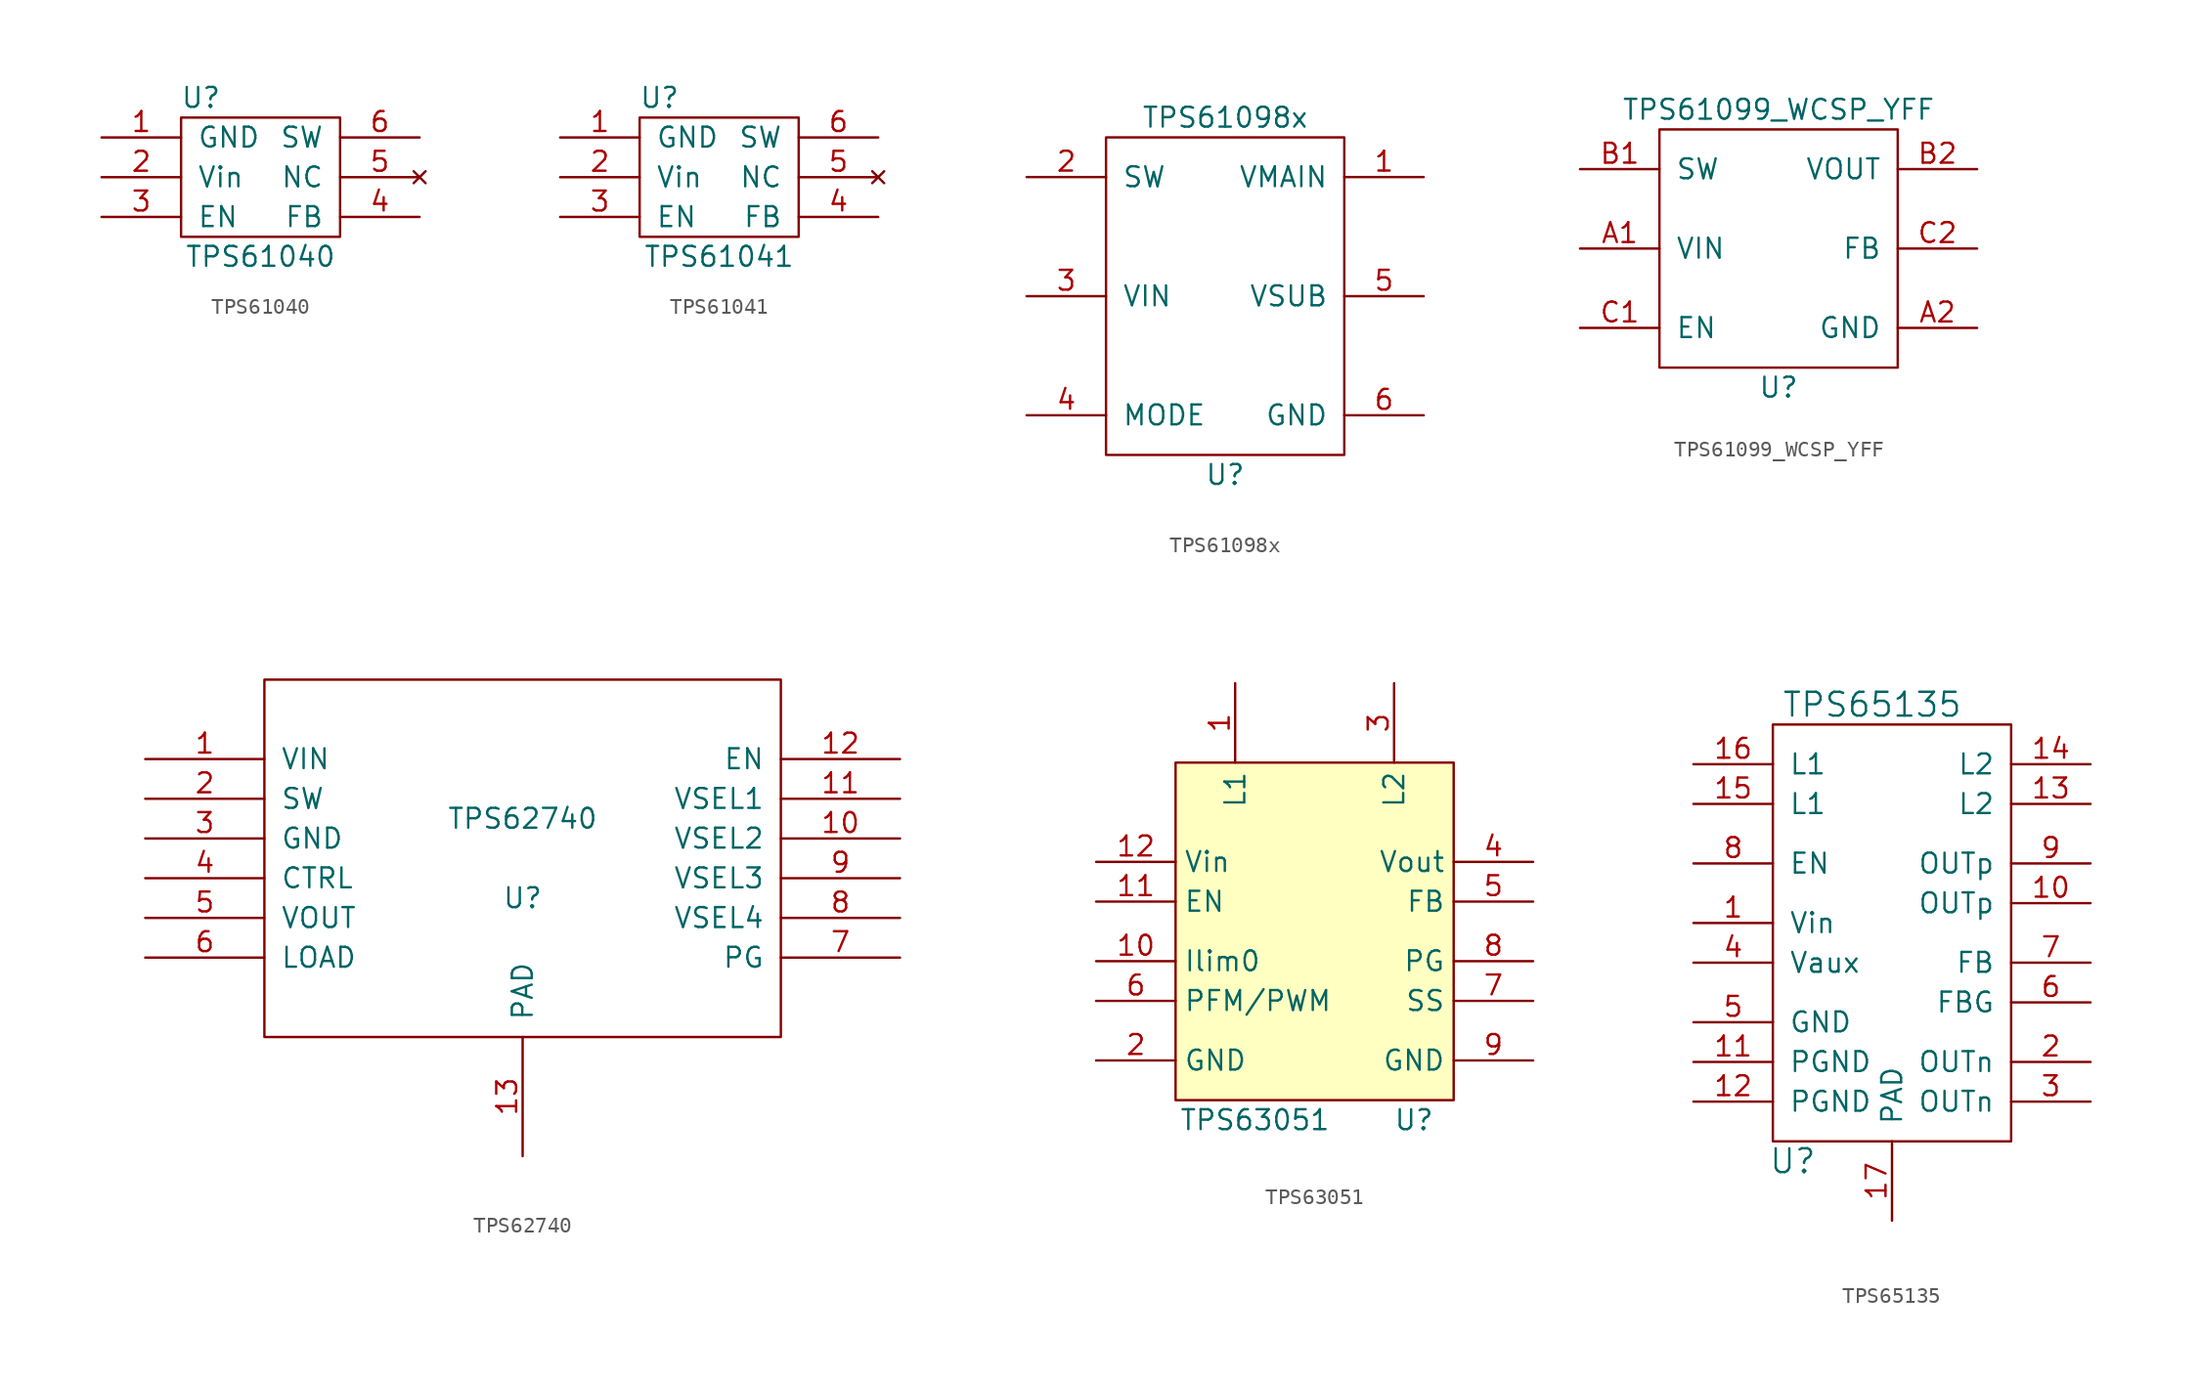
<source format=kicad_sym>
(kicad_symbol_lib
  (version 20211014)
  (generator kicad_symbol_editor)
  (symbol "TPS61040"
    (pin_names
      (offset 1.016))
    (property "Reference" "U"
      (at -3.81 5.08 0)
      (effects (font (size 1.27 1.27))))
    (property "Value" "TPS61040"
      (at 0 -5.08 0)
      (effects (font (size 1.27 1.27))))
    (symbol "TPS61040_1_1"
      (rectangle (start -5.08 3.81) (end 5.08 -3.81) (stroke (width 0) (type default) (color 0 0 0 0)) (fill (type none)))
      (pin power_in line (at -10.16 2.54 0) (length 5.08) (name "GND" (effects (font (size 1.27 1.27)))) (number "1" (effects (font (size 1.27 1.27)))))
      (pin power_in line (at -10.16 0 0) (length 5.08) (name "Vin" (effects (font (size 1.27 1.27)))) (number "2" (effects (font (size 1.27 1.27)))))
      (pin input line (at -10.16 -2.54 0) (length 5.08) (name "EN" (effects (font (size 1.27 1.27)))) (number "3" (effects (font (size 1.27 1.27)))))
      (pin input line (at 10.16 -2.54 180) (length 5.08) (name "FB" (effects (font (size 1.27 1.27)))) (number "4" (effects (font (size 1.27 1.27)))))
      (pin no_connect line (at 10.16 0 180) (length 5.08) (name "NC" (effects (font (size 1.27 1.27)))) (number "5" (effects (font (size 1.27 1.27)))))
      (pin power_out line (at 10.16 2.54 180) (length 5.08) (name "SW" (effects (font (size 1.27 1.27)))) (number "6" (effects (font (size 1.27 1.27)))))))
  (symbol "TPS61041"
    (pin_names
      (offset 1.016))
    (property "Reference" "U"
      (at -3.81 5.08 0)
      (effects (font (size 1.27 1.27))))
    (property "Value" "TPS61041"
      (at 0 -5.08 0)
      (effects (font (size 1.27 1.27))))
    (symbol "TPS61041_0_1"
      (rectangle (start -5.08 3.81) (end 5.08 -3.81) (stroke (width 0) (type default) (color 0 0 0 0)) (fill (type none))))
    (symbol "TPS61041_1_1"
      (pin power_in line (at -10.16 2.54 0) (length 5.08) (name "GND" (effects (font (size 1.27 1.27)))) (number "1" (effects (font (size 1.27 1.27)))))
      (pin power_in line (at -10.16 0 0) (length 5.08) (name "Vin" (effects (font (size 1.27 1.27)))) (number "2" (effects (font (size 1.27 1.27)))))
      (pin input line (at -10.16 -2.54 0) (length 5.08) (name "EN" (effects (font (size 1.27 1.27)))) (number "3" (effects (font (size 1.27 1.27)))))
      (pin input line (at 10.16 -2.54 180) (length 5.08) (name "FB" (effects (font (size 1.27 1.27)))) (number "4" (effects (font (size 1.27 1.27)))))
      (pin no_connect line (at 10.16 0 180) (length 5.08) (name "NC" (effects (font (size 1.27 1.27)))) (number "5" (effects (font (size 1.27 1.27)))))
      (pin power_out line (at 10.16 2.54 180) (length 5.08) (name "SW" (effects (font (size 1.27 1.27)))) (number "6" (effects (font (size 1.27 1.27)))))))
  (symbol "TPS61098x"
    (pin_names
      (offset 1.016))
    (property "Reference" "U"
      (at 0 -11.43 0)
      (effects (font (size 1.27 1.27))))
    (property "Value" "TPS61098x"
      (at 0 11.43 0)
      (effects (font (size 1.27 1.27))))
    (symbol "TPS61098x_0_1"
      (rectangle (start -7.62 10.16) (end 7.62 -10.16) (stroke (width 0) (type default) (color 0 0 0 0)) (fill (type none))))
    (symbol "TPS61098x_1_1"
      (pin input line (at 12.7 7.62 180) (length 5.08) (name "VMAIN" (effects (font (size 1.27 1.27)))) (number "1" (effects (font (size 1.27 1.27)))))
      (pin input line (at -12.7 7.62 0) (length 5.08) (name "SW" (effects (font (size 1.27 1.27)))) (number "2" (effects (font (size 1.27 1.27)))))
      (pin input line (at -12.7 0 0) (length 5.08) (name "VIN" (effects (font (size 1.27 1.27)))) (number "3" (effects (font (size 1.27 1.27)))))
      (pin input line (at -12.7 -7.62 0) (length 5.08) (name "MODE" (effects (font (size 1.27 1.27)))) (number "4" (effects (font (size 1.27 1.27)))))
      (pin input line (at 12.7 0 180) (length 5.08) (name "VSUB" (effects (font (size 1.27 1.27)))) (number "5" (effects (font (size 1.27 1.27)))))
      (pin input line (at 12.7 -7.62 180) (length 5.08) (name "GND" (effects (font (size 1.27 1.27)))) (number "6" (effects (font (size 1.27 1.27)))))))
  (symbol "TPS61099_WCSP_YFF"
    (pin_names
      (offset 1.016))
    (property "Reference" "U"
      (at 0 -8.89 0)
      (effects (font (size 1.27 1.27))))
    (property "Value" "TPS61099_WCSP_YFF"
      (at 0 8.89 0)
      (effects (font (size 1.27 1.27))))
    (symbol "TPS61099_WCSP_YFF_0_1"
      (rectangle (start -7.62 7.62) (end 7.62 -7.62) (stroke (width 0) (type default) (color 0 0 0 0)) (fill (type none))))
    (symbol "TPS61099_WCSP_YFF_1_1"
      (pin input line (at -12.7 0 0) (length 5.08) (name "VIN" (effects (font (size 1.27 1.27)))) (number "A1" (effects (font (size 1.27 1.27)))))
      (pin input line (at 12.7 -5.08 180) (length 5.08) (name "GND" (effects (font (size 1.27 1.27)))) (number "A2" (effects (font (size 1.27 1.27)))))
      (pin input line (at -12.7 5.08 0) (length 5.08) (name "SW" (effects (font (size 1.27 1.27)))) (number "B1" (effects (font (size 1.27 1.27)))))
      (pin input line (at 12.7 5.08 180) (length 5.08) (name "VOUT" (effects (font (size 1.27 1.27)))) (number "B2" (effects (font (size 1.27 1.27)))))
      (pin input line (at -12.7 -5.08 0) (length 5.08) (name "EN" (effects (font (size 1.27 1.27)))) (number "C1" (effects (font (size 1.27 1.27)))))
      (pin input line (at 12.7 0 180) (length 5.08) (name "FB" (effects (font (size 1.27 1.27)))) (number "C2" (effects (font (size 1.27 1.27)))))))
  (symbol "TPS62740"
    (pin_names
      (offset 1.016))
    (property "Reference" "U"
      (at 0 -2.54 0)
      (effects (font (size 1.27 1.27))))
    (property "Value" "TPS62740"
      (at 0 2.54 0)
      (effects (font (size 1.27 1.27))))
    (symbol "TPS62740_1_0"
      (rectangle (start -16.51 -11.43) (end 16.51 11.43) (stroke (width 0) (type default) (color 0 0 0 0)) (fill (type none))))
    (symbol "TPS62740_1_1"
      (pin bidirectional line (at -24.13 6.35 0) (length 7.62) (name "VIN" (effects (font (size 1.27 1.27)))) (number "1" (effects (font (size 1.27 1.27)))))
      (pin bidirectional line (at 24.13 1.27 180) (length 7.62) (name "VSEL2" (effects (font (size 1.27 1.27)))) (number "10" (effects (font (size 1.27 1.27)))))
      (pin bidirectional line (at 24.13 3.81 180) (length 7.62) (name "VSEL1" (effects (font (size 1.27 1.27)))) (number "11" (effects (font (size 1.27 1.27)))))
      (pin bidirectional line (at 24.13 6.35 180) (length 7.62) (name "EN" (effects (font (size 1.27 1.27)))) (number "12" (effects (font (size 1.27 1.27)))))
      (pin input line (at 0 -19.05 90) (length 7.62) (name "PAD" (effects (font (size 1.27 1.27)))) (number "13" (effects (font (size 1.27 1.27)))))
      (pin bidirectional line (at -24.13 3.81 0) (length 7.62) (name "SW" (effects (font (size 1.27 1.27)))) (number "2" (effects (font (size 1.27 1.27)))))
      (pin bidirectional line (at -24.13 1.27 0) (length 7.62) (name "GND" (effects (font (size 1.27 1.27)))) (number "3" (effects (font (size 1.27 1.27)))))
      (pin bidirectional line (at -24.13 -1.27 0) (length 7.62) (name "CTRL" (effects (font (size 1.27 1.27)))) (number "4" (effects (font (size 1.27 1.27)))))
      (pin bidirectional line (at -24.13 -3.81 0) (length 7.62) (name "VOUT" (effects (font (size 1.27 1.27)))) (number "5" (effects (font (size 1.27 1.27)))))
      (pin bidirectional line (at -24.13 -6.35 0) (length 7.62) (name "LOAD" (effects (font (size 1.27 1.27)))) (number "6" (effects (font (size 1.27 1.27)))))
      (pin bidirectional line (at 24.13 -6.35 180) (length 7.62) (name "PG" (effects (font (size 1.27 1.27)))) (number "7" (effects (font (size 1.27 1.27)))))
      (pin bidirectional line (at 24.13 -3.81 180) (length 7.62) (name "VSEL4" (effects (font (size 1.27 1.27)))) (number "8" (effects (font (size 1.27 1.27)))))
      (pin bidirectional line (at 24.13 -1.27 180) (length 7.62) (name "VSEL3" (effects (font (size 1.27 1.27)))) (number "9" (effects (font (size 1.27 1.27)))))))
  (symbol "TPS63051"
    (property "Reference" "U"
      (at 6.35 -11.43 0)
      (effects (font (size 1.27 1.27))))
    (property "Value" "TPS63051"
      (at -3.81 -11.43 0)
      (effects (font (size 1.27 1.27))))
    (symbol "TPS63051_0_1"
      (rectangle (start -8.89 11.43) (end 8.89 -10.16) (stroke (width 0.152) (type default) (color 0 0 0 0)) (fill (type background))))
    (symbol "TPS63051_1_1"
      (pin bidirectional line (at -5.08 16.51 270) (length 5.08) (name "L1" (effects (font (size 1.27 1.27)))) (number "1" (effects (font (size 1.27 1.27)))))
      (pin input line (at -13.97 -1.27 0) (length 5.08) (name "Ilim0" (effects (font (size 1.27 1.27)))) (number "10" (effects (font (size 1.27 1.27)))))
      (pin input line (at -13.97 2.54 0) (length 5.08) (name "EN" (effects (font (size 1.27 1.27)))) (number "11" (effects (font (size 1.27 1.27)))))
      (pin power_in line (at -13.97 5.08 0) (length 5.08) (name "Vin" (effects (font (size 1.27 1.27)))) (number "12" (effects (font (size 1.27 1.27)))))
      (pin power_in line (at -13.97 -7.62 0) (length 5.08) (name "GND" (effects (font (size 1.27 1.27)))) (number "2" (effects (font (size 1.27 1.27)))))
      (pin bidirectional line (at 5.08 16.51 270) (length 5.08) (name "L2" (effects (font (size 1.27 1.27)))) (number "3" (effects (font (size 1.27 1.27)))))
      (pin power_out line (at 13.97 5.08 180) (length 5.08) (name "Vout" (effects (font (size 1.27 1.27)))) (number "4" (effects (font (size 1.27 1.27)))))
      (pin input line (at 13.97 2.54 180) (length 5.08) (name "FB" (effects (font (size 1.27 1.27)))) (number "5" (effects (font (size 1.27 1.27)))))
      (pin input line (at -13.97 -3.81 0) (length 5.08) (name "PFM/PWM" (effects (font (size 1.27 1.27)))) (number "6" (effects (font (size 1.27 1.27)))))
      (pin input line (at 13.97 -3.81 180) (length 5.08) (name "SS" (effects (font (size 1.27 1.27)))) (number "7" (effects (font (size 1.27 1.27)))))
      (pin open_collector line (at 13.97 -1.27 180) (length 5.08) (name "PG" (effects (font (size 1.27 1.27)))) (number "8" (effects (font (size 1.27 1.27)))))
      (pin power_in line (at 13.97 -7.62 180) (length 5.08) (name "GND" (effects (font (size 1.27 1.27)))) (number "9" (effects (font (size 1.27 1.27)))))))
  (symbol "TPS65135"
    (pin_names
      (offset 1.016))
    (property "Reference" "U"
      (at -6.35 -15.24 0)
      (effects (font (size 1.524 1.524))))
    (property "Value" "TPS65135"
      (at -1.27 13.97 0)
      (effects (font (size 1.524 1.524))))
    (symbol "TPS65135_0_1"
      (rectangle (start -7.62 12.7) (end 7.62 -13.97) (stroke (width 0) (type default) (color 0 0 0 0)) (fill (type none))))
    (symbol "TPS65135_1_1"
      (pin power_in line (at -12.7 0 0) (length 5.08) (name "Vin" (effects (font (size 1.27 1.27)))) (number "1" (effects (font (size 1.27 1.27)))))
      (pin power_out line (at 12.7 1.27 180) (length 5.08) (name "OUTp" (effects (font (size 1.27 1.27)))) (number "10" (effects (font (size 1.27 1.27)))))
      (pin power_in line (at -12.7 -8.89 0) (length 5.08) (name "PGND" (effects (font (size 1.27 1.27)))) (number "11" (effects (font (size 1.27 1.27)))))
      (pin power_in line (at -12.7 -11.43 0) (length 5.08) (name "PGND" (effects (font (size 1.27 1.27)))) (number "12" (effects (font (size 1.27 1.27)))))
      (pin bidirectional line (at 12.7 7.62 180) (length 5.08) (name "L2" (effects (font (size 1.27 1.27)))) (number "13" (effects (font (size 1.27 1.27)))))
      (pin bidirectional line (at 12.7 10.16 180) (length 5.08) (name "L2" (effects (font (size 1.27 1.27)))) (number "14" (effects (font (size 1.27 1.27)))))
      (pin bidirectional line (at -12.7 7.62 0) (length 5.08) (name "L1" (effects (font (size 1.27 1.27)))) (number "15" (effects (font (size 1.27 1.27)))))
      (pin bidirectional line (at -12.7 10.16 0) (length 5.08) (name "L1" (effects (font (size 1.27 1.27)))) (number "16" (effects (font (size 1.27 1.27)))))
      (pin power_in line (at 0 -19.05 90) (length 5.08) (name "PAD" (effects (font (size 1.27 1.27)))) (number "17" (effects (font (size 1.27 1.27)))))
      (pin power_out line (at 12.7 -8.89 180) (length 5.08) (name "OUTn" (effects (font (size 1.27 1.27)))) (number "2" (effects (font (size 1.27 1.27)))))
      (pin power_out line (at 12.7 -11.43 180) (length 5.08) (name "OUTn" (effects (font (size 1.27 1.27)))) (number "3" (effects (font (size 1.27 1.27)))))
      (pin power_out line (at -12.7 -2.54 0) (length 5.08) (name "Vaux" (effects (font (size 1.27 1.27)))) (number "4" (effects (font (size 1.27 1.27)))))
      (pin power_in line (at -12.7 -6.35 0) (length 5.08) (name "GND" (effects (font (size 1.27 1.27)))) (number "5" (effects (font (size 1.27 1.27)))))
      (pin input line (at 12.7 -5.08 180) (length 5.08) (name "FBG" (effects (font (size 1.27 1.27)))) (number "6" (effects (font (size 1.27 1.27)))))
      (pin input line (at 12.7 -2.54 180) (length 5.08) (name "FB" (effects (font (size 1.27 1.27)))) (number "7" (effects (font (size 1.27 1.27)))))
      (pin input line (at -12.7 3.81 0) (length 5.08) (name "EN" (effects (font (size 1.27 1.27)))) (number "8" (effects (font (size 1.27 1.27)))))
      (pin power_out line (at 12.7 3.81 180) (length 5.08) (name "OUTp" (effects (font (size 1.27 1.27)))) (number "9" (effects (font (size 1.27 1.27))))))))
</source>
